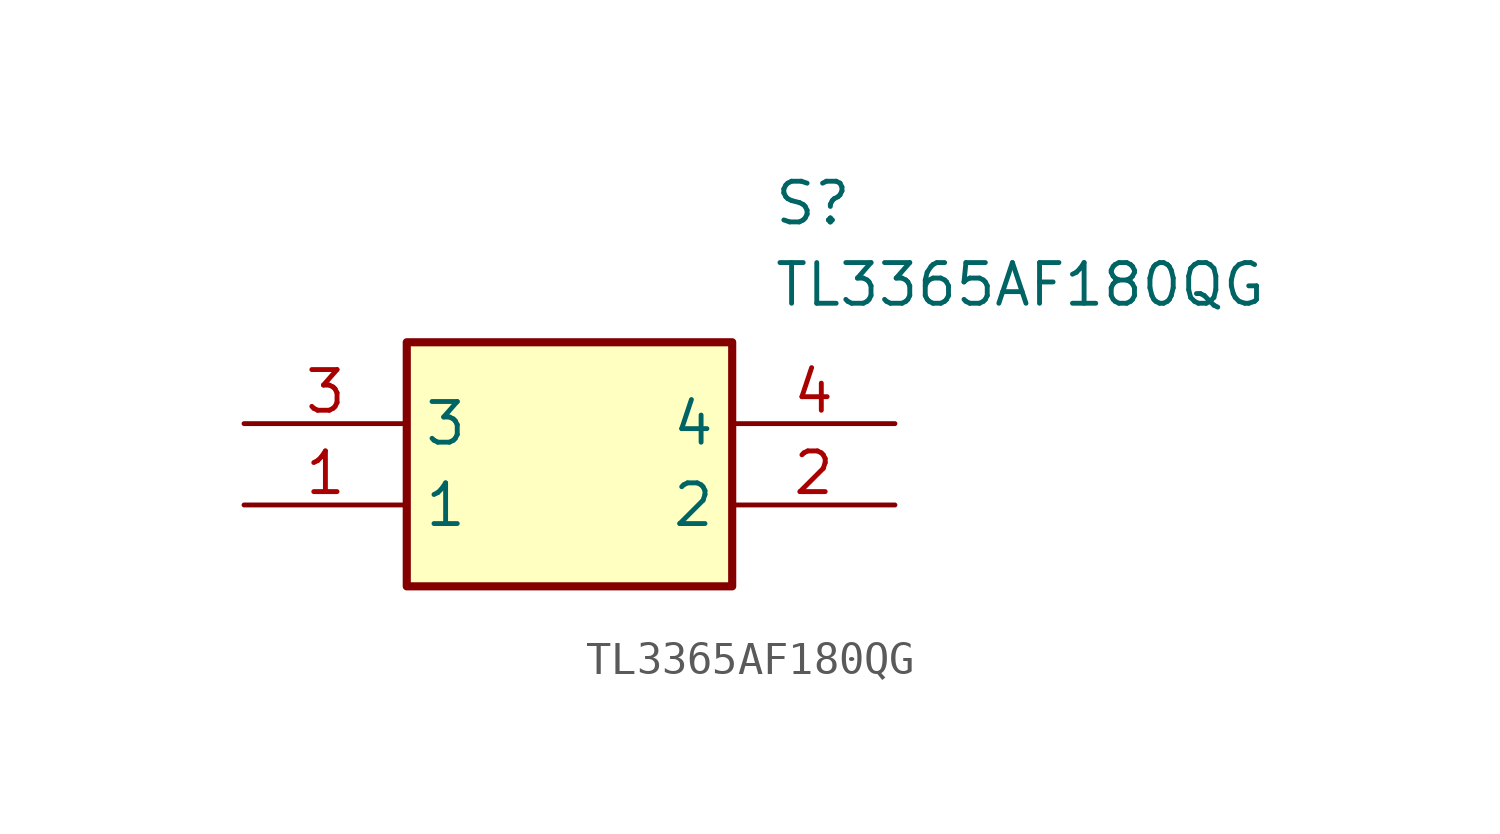
<source format=kicad_sym>
(kicad_symbol_lib
  (version 20211014)
  (generator SamacSys_ECAD_Model)
  (symbol "TL3365AF180QG"
    (property "Reference" "S"
      (at 16.51 7.62 0)
      (effects (font (size 1.27 1.27)) (justify left top)))
    (property "Value" "TL3365AF180QG"
      (at 16.51 5.08 0)
      (effects (font (size 1.27 1.27)) (justify left top)))
    (rectangle
      (start 5.08 2.54)
      (end 15.24 -5.08)
      (stroke (width 0.254) (type default))
      (fill (type background)))
    (pin passive line
      (at 0 -2.54 0)
      (length 5.08)
      (name "1" (effects (font (size 1.27 1.27))))
      (number "1" (effects (font (size 1.27 1.27)))))
    (pin passive line
      (at 20.32 -2.54 180)
      (length 5.08)
      (name "2" (effects (font (size 1.27 1.27))))
      (number "2" (effects (font (size 1.27 1.27)))))
    (pin passive line
      (at 0 0 0)
      (length 5.08)
      (name "3" (effects (font (size 1.27 1.27))))
      (number "3" (effects (font (size 1.27 1.27)))))
    (pin passive line
      (at 20.32 0 180)
      (length 5.08)
      (name "4" (effects (font (size 1.27 1.27))))
      (number "4" (effects (font (size 1.27 1.27)))))))
</source>
